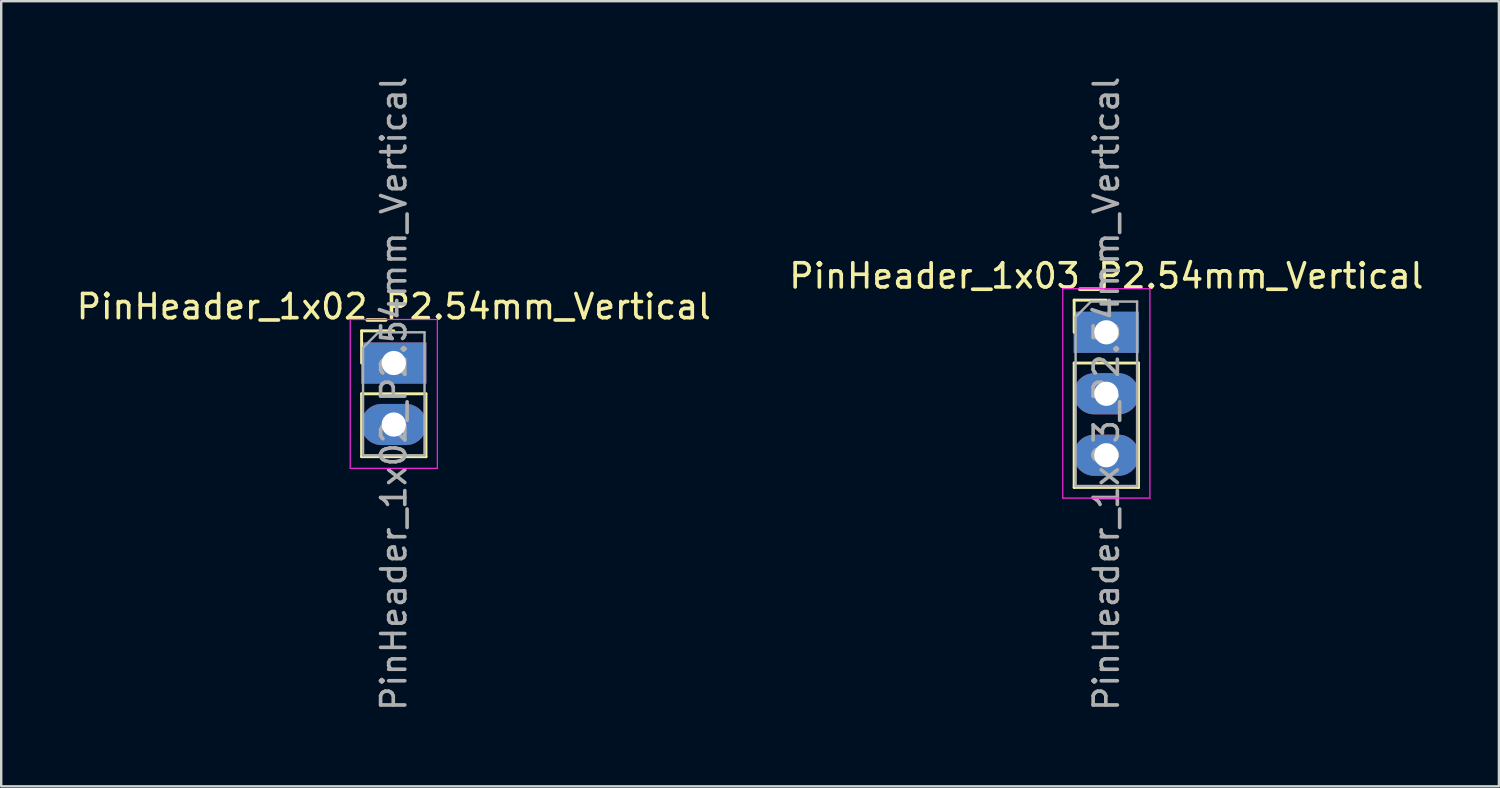
<source format=kicad_pcb>
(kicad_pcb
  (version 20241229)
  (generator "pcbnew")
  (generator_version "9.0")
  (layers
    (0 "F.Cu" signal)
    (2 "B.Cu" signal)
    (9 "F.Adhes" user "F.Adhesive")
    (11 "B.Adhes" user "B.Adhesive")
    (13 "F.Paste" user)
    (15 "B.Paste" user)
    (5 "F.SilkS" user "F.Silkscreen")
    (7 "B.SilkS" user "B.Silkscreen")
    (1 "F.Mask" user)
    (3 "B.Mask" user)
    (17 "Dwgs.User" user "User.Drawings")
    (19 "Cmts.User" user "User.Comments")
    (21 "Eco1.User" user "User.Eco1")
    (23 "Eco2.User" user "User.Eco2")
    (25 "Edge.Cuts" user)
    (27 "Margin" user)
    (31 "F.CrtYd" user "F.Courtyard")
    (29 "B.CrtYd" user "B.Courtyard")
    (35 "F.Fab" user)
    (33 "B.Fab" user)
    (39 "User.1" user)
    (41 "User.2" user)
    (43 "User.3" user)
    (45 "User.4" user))
  (footprint "PinHeader_1x02_P2.54mm_Vertical"
    (layer "F.Cu")
    (at 13.22 11.95)
    (property "Reference" "PinHeader_1x02_P2.54mm_Vertical" (at 0 -2.33 0) (layer "F.SilkS") (effects (font (size 1 1) (thickness 0.15))))
    (attr through_hole)
    (fp_line (start -1.33 -1.33) (end 0 -1.33) (stroke (width 0.12) (type solid)) (layer "F.SilkS"))
    (fp_line (start -1.33 0) (end -1.33 -1.33) (stroke (width 0.12) (type solid)) (layer "F.SilkS"))
    (fp_line (start -1.33 1.27) (end -1.33 3.87) (stroke (width 0.12) (type solid)) (layer "F.SilkS"))
    (fp_line (start -1.33 1.27) (end 1.33 1.27) (stroke (width 0.12) (type solid)) (layer "F.SilkS"))
    (fp_line (start -1.33 3.87) (end 1.33 3.87) (stroke (width 0.12) (type solid)) (layer "F.SilkS"))
    (fp_line (start 1.33 1.27) (end 1.33 3.87) (stroke (width 0.12) (type solid)) (layer "F.SilkS"))
    (fp_line (start -1.8 -1.8) (end -1.8 4.35) (stroke (width 0.05) (type solid)) (layer "F.CrtYd"))
    (fp_line (start -1.8 4.35) (end 1.8 4.35) (stroke (width 0.05) (type solid)) (layer "F.CrtYd"))
    (fp_line (start 1.8 -1.8) (end -1.8 -1.8) (stroke (width 0.05) (type solid)) (layer "F.CrtYd"))
    (fp_line (start 1.8 4.35) (end 1.8 -1.8) (stroke (width 0.05) (type solid)) (layer "F.CrtYd"))
    (fp_line (start -1.27 -0.635) (end -0.635 -1.27) (stroke (width 0.1) (type solid)) (layer "F.Fab"))
    (fp_line (start -1.27 3.81) (end -1.27 -0.635) (stroke (width 0.1) (type solid)) (layer "F.Fab"))
    (fp_line (start -0.635 -1.27) (end 1.27 -1.27) (stroke (width 0.1) (type solid)) (layer "F.Fab"))
    (fp_line (start 1.27 -1.27) (end 1.27 3.81) (stroke (width 0.1) (type solid)) (layer "F.Fab"))
    (fp_line (start 1.27 3.81) (end -1.27 3.81) (stroke (width 0.1) (type solid)) (layer "F.Fab"))
    (fp_text user "${REFERENCE}" (at 0 1.27 90) (layer "F.Fab") (effects (font (size 1 1) (thickness 0.15))))
    (pad "1" thru_hole rect (at 0 0) (size 2.7 1.7) (drill 1) (layers "*.Cu" "*.Mask"))
    (pad "2" thru_hole oval (at 0 2.54) (size 2.7 1.7) (drill 1) (layers "*.Cu" "*.Mask")))
  (footprint "PinHeader_1x03_P2.54mm_Vertical"
    (layer "F.Cu")
    (at 42.661 10.68)
    (property "Reference" "PinHeader_1x03_P2.54mm_Vertical" (at 0 -2.33 0) (layer "F.SilkS") (effects (font (size 1 1) (thickness 0.15))))
    (attr through_hole)
    (fp_line (start -1.33 -1.33) (end 0 -1.33) (stroke (width 0.12) (type solid)) (layer "F.SilkS"))
    (fp_line (start -1.33 0) (end -1.33 -1.33) (stroke (width 0.12) (type solid)) (layer "F.SilkS"))
    (fp_line (start -1.33 1.27) (end -1.33 6.41) (stroke (width 0.12) (type solid)) (layer "F.SilkS"))
    (fp_line (start -1.33 1.27) (end 1.33 1.27) (stroke (width 0.12) (type solid)) (layer "F.SilkS"))
    (fp_line (start -1.33 6.41) (end 1.33 6.41) (stroke (width 0.12) (type solid)) (layer "F.SilkS"))
    (fp_line (start 1.33 1.27) (end 1.33 6.41) (stroke (width 0.12) (type solid)) (layer "F.SilkS"))
    (fp_line (start -1.8 -1.8) (end -1.8 6.85) (stroke (width 0.05) (type solid)) (layer "F.CrtYd"))
    (fp_line (start -1.8 6.85) (end 1.8 6.85) (stroke (width 0.05) (type solid)) (layer "F.CrtYd"))
    (fp_line (start 1.8 -1.8) (end -1.8 -1.8) (stroke (width 0.05) (type solid)) (layer "F.CrtYd"))
    (fp_line (start 1.8 6.85) (end 1.8 -1.8) (stroke (width 0.05) (type solid)) (layer "F.CrtYd"))
    (fp_line (start -1.27 -0.635) (end -0.635 -1.27) (stroke (width 0.1) (type solid)) (layer "F.Fab"))
    (fp_line (start -1.27 6.35) (end -1.27 -0.635) (stroke (width 0.1) (type solid)) (layer "F.Fab"))
    (fp_line (start -0.635 -1.27) (end 1.27 -1.27) (stroke (width 0.1) (type solid)) (layer "F.Fab"))
    (fp_line (start 1.27 -1.27) (end 1.27 6.35) (stroke (width 0.1) (type solid)) (layer "F.Fab"))
    (fp_line (start 1.27 6.35) (end -1.27 6.35) (stroke (width 0.1) (type solid)) (layer "F.Fab"))
    (fp_text user "${REFERENCE}" (at 0 2.54 90) (layer "F.Fab") (effects (font (size 1 1) (thickness 0.15))))
    (pad "1" thru_hole rect (at 0 0) (size 2.7 1.7) (drill 1) (layers "*.Cu" "*.Mask"))
    (pad "2" thru_hole oval (at 0 2.54) (size 2.7 1.7) (drill 1) (layers "*.Cu" "*.Mask"))
    (pad "3" thru_hole oval (at 0 5.08) (size 2.7 1.7) (drill 1) (layers "*.Cu" "*.Mask")))
  (gr_rect
    (start -3 -3)
    (end 58.881 29.44)
    (stroke (width 0.1) (type default))
    (fill no)
    (layer "Edge.Cuts")))
</source>
